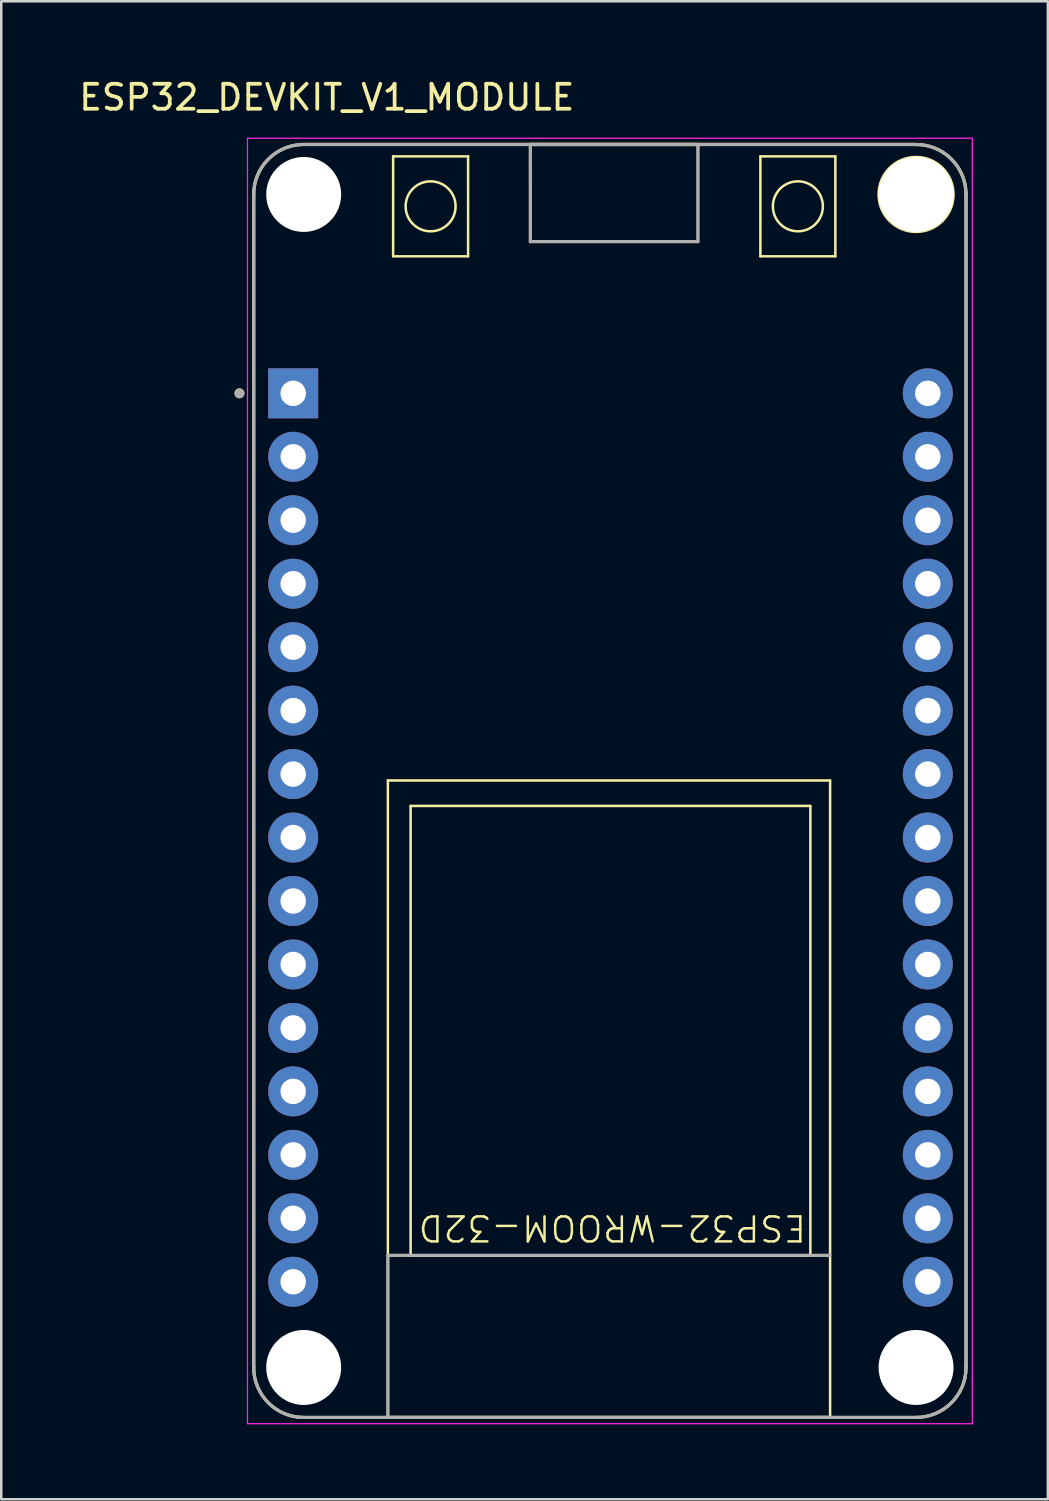
<source format=kicad_pcb>
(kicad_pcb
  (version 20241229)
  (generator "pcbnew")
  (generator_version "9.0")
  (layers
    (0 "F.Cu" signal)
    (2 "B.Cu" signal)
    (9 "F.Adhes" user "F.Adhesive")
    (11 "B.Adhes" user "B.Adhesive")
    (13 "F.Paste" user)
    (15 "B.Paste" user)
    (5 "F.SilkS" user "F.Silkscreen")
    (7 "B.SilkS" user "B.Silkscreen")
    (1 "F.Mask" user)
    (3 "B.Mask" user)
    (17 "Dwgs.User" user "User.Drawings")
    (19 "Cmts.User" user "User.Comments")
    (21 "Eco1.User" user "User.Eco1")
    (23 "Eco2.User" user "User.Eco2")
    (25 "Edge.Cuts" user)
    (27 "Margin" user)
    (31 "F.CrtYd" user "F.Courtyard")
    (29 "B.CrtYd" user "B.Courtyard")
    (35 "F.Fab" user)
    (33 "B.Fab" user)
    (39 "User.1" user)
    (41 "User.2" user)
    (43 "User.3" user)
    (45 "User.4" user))
  (footprint "ESP32_DEVKIT_V1_MODULE"
    (layer "F.Cu")
    (at 21.385 28.208)
    (property "Reference" "ESP32_DEVKIT_V1_MODULE" (at -11.355 -27.36 0) (layer "F.SilkS") (effects (font (size 1 1) (thickness 0.15))))
    (attr through_hole)
    (fp_line (start -14.28 23.465) (end -14.28 -23.43) (stroke (width 0.127) (type solid)) (layer "F.SilkS"))
    (fp_line (start -12.325 -25.475) (end 12.2 -25.475) (stroke (width 0.127) (type solid)) (layer "F.SilkS"))
    (fp_line (start -8.91 -0.02) (end 8.79 -0.02) (stroke (width 0.1) (type solid)) (layer "F.SilkS"))
    (fp_line (start -8.91 18.99) (end 8.79 18.99) (stroke (width 0.1) (type default)) (layer "F.SilkS"))
    (fp_line (start -8.91 25.475) (end -8.91 -0.02) (stroke (width 0.1) (type default)) (layer "F.SilkS"))
    (fp_line (start -8.91 25.475) (end 8.78 25.475) (stroke (width 0.127) (type solid)) (layer "F.SilkS"))
    (fp_line (start -8.7 -25) (end -8.7 -21) (stroke (width 0.1) (type default)) (layer "F.SilkS"))
    (fp_line (start -8.7 -21) (end -5.7 -21) (stroke (width 0.1) (type default)) (layer "F.SilkS"))
    (fp_line (start -8 1) (end 8 1) (stroke (width 0.1) (type default)) (layer "F.SilkS"))
    (fp_line (start -8 19) (end -8 1) (stroke (width 0.1) (type default)) (layer "F.SilkS"))
    (fp_line (start -5.7 -25) (end -8.7 -25) (stroke (width 0.1) (type default)) (layer "F.SilkS"))
    (fp_line (start -5.7 -21) (end -5.7 -25) (stroke (width 0.1) (type default)) (layer "F.SilkS"))
    (fp_line (start -3.211 -25.475) (end -3.2 -21.6) (stroke (width 0.1) (type default)) (layer "F.SilkS"))
    (fp_line (start -3.211 -25.475) (end 3.5 -25.475) (stroke (width 0.127) (type solid)) (layer "F.SilkS"))
    (fp_line (start -3.2 -21.6) (end 3.5 -21.6) (stroke (width 0.1) (type default)) (layer "F.SilkS"))
    (fp_line (start 3.5 -21.6) (end 3.5 -25.475) (stroke (width 0.1) (type default)) (layer "F.SilkS"))
    (fp_line (start 6 -25) (end 9 -25) (stroke (width 0.1) (type default)) (layer "F.SilkS"))
    (fp_line (start 6 -21) (end 6 -25) (stroke (width 0.1) (type default)) (layer "F.SilkS"))
    (fp_line (start 8 1) (end 8 19) (stroke (width 0.1) (type default)) (layer "F.SilkS"))
    (fp_line (start 8 19) (end -8 19) (stroke (width 0.1) (type default)) (layer "F.SilkS"))
    (fp_line (start 8.79 25.475) (end 8.79 -0.02) (stroke (width 0.1) (type solid)) (layer "F.SilkS"))
    (fp_line (start 9 -25) (end 9 -21) (stroke (width 0.1) (type default)) (layer "F.SilkS"))
    (fp_line (start 9 -21) (end 6 -21) (stroke (width 0.1) (type default)) (layer "F.SilkS"))
    (fp_line (start 12.22 25.475) (end -12.29 25.475) (stroke (width 0.127) (type solid)) (layer "F.SilkS"))
    (fp_line (start 14.23 -23.505) (end 14.23 23.485) (stroke (width 0.127) (type solid)) (layer "F.SilkS"))
    (fp_arc (start -14.28 -23.430185) (mid -13.725903 -24.857525) (end -12.324815 -25.475) (stroke (width 0.127) (type solid)) (layer "F.SilkS"))
    (fp_arc (start -12.29 25.475001) (mid -13.701285 24.882143) (end -14.280001 23.465) (stroke (width 0.127) (type solid)) (layer "F.SilkS"))
    (fp_arc (start 12.200372 -25.474937) (mid 13.623219 -24.910119) (end 14.229937 -23.504628) (stroke (width 0.127) (type solid)) (layer "F.SilkS"))
    (fp_arc (start 14.23 23.485001) (mid 13.637142 24.896285) (end 12.219999 25.475) (stroke (width 0.127) (type solid)) (layer "F.SilkS"))
    (fp_circle (center -14.85 -15.515) (end -14.75 -15.515) (stroke (width 0.2) (type solid)) (fill no) (layer "F.SilkS"))
    (fp_circle (center -7.2 -23) (end -6.2 -23) (stroke (width 0.1) (type default)) (fill no) (layer "F.SilkS"))
    (fp_circle (center 7.5 -23) (end 8.5 -23) (stroke (width 0.1) (type default)) (fill no) (layer "F.SilkS"))
    (fp_circle (center 12.23 -23.475) (end 13.73 -23.475) (stroke (width 0.1) (type solid)) (fill no) (layer "F.SilkS"))
    (fp_line (start -14.53 -25.725) (end -14.53 25.725) (stroke (width 0.05) (type solid)) (layer "F.CrtYd"))
    (fp_line (start -14.53 25.725) (end 14.48 25.725) (stroke (width 0.05) (type solid)) (layer "F.CrtYd"))
    (fp_line (start 14.48 -25.725) (end -14.53 -25.725) (stroke (width 0.05) (type solid)) (layer "F.CrtYd"))
    (fp_line (start 14.48 25.725) (end 14.48 -25.725) (stroke (width 0.05) (type solid)) (layer "F.CrtYd"))
    (fp_line (start -14.28 -23.423) (end -14.28 23.465) (stroke (width 0.127) (type solid)) (layer "F.Fab"))
    (fp_line (start -12.29 25.475) (end 12.22 25.475) (stroke (width 0.127) (type solid)) (layer "F.Fab"))
    (fp_line (start -8.91 18.985) (end 8.78 18.985) (stroke (width 0.127) (type solid)) (layer "F.Fab"))
    (fp_line (start -8.91 25.475) (end -8.91 18.985) (stroke (width 0.127) (type solid)) (layer "F.Fab"))
    (fp_line (start -8.91 25.475) (end 8.78 25.475) (stroke (width 0.127) (type solid)) (layer "F.Fab"))
    (fp_line (start -3.211 -25.475) (end 3.5 -25.475) (stroke (width 0.127) (type solid)) (layer "F.Fab"))
    (fp_line (start -3.211 -21.585) (end -3.211 -25.475) (stroke (width 0.127) (type solid)) (layer "F.Fab"))
    (fp_line (start 3.5 -25.475) (end 3.5 -21.585) (stroke (width 0.127) (type solid)) (layer "F.Fab"))
    (fp_line (start 3.5 -21.585) (end -3.211 -21.585) (stroke (width 0.127) (type solid)) (layer "F.Fab"))
    (fp_line (start 12.208 -25.475) (end -12.332 -25.475) (stroke (width 0.127) (type solid)) (layer "F.Fab"))
    (fp_line (start 14.23 23.485) (end 14.23 -23.496) (stroke (width 0.127) (type solid)) (layer "F.Fab"))
    (fp_arc (start -14.279718 -23.422667) (mid -13.731019 -24.852009) (end -12.332333 -25.474718) (stroke (width 0.127) (type solid)) (layer "F.Fab"))
    (fp_arc (start -12.29 25.475) (mid -13.701285 24.882142) (end -14.28 23.465) (stroke (width 0.127) (type solid)) (layer "F.Fab"))
    (fp_arc (start 12.208091 -25.474994) (mid 13.628918 -24.904505) (end 14.23 -23.496347) (stroke (width 0.127) (type solid)) (layer "F.Fab"))
    (fp_arc (start 14.23 23.485) (mid 13.637142 24.896285) (end 12.22 25.475) (stroke (width 0.127) (type solid)) (layer "F.Fab"))
    (fp_circle (center -14.85 -15.515) (end -14.75 -15.515) (stroke (width 0.2) (type solid)) (fill no) (layer "F.Fab"))
    (fp_text user "ESP32-WROOM-32D" (at 7.9 17.3 180) (unlocked yes) (layer "F.SilkS") (effects (font (size 1 1) (thickness 0.1)) (justify left bottom)))
    (pad "" np_thru_hole circle (at -12.28 -23.475) (size 3 3) (drill 3) (layers "*.Cu" "*.Mask"))
    (pad "" np_thru_hole circle (at -12.28 23.475) (size 3 3) (drill 3) (layers "*.Cu" "*.Mask"))
    (pad "" np_thru_hole circle (at 12.23 -23.475) (size 3 3) (drill 3) (layers "*.Cu" "*.Mask"))
    (pad "" np_thru_hole circle (at 12.23 23.475) (size 3 3) (drill 3) (layers "*.Cu" "*.Mask"))
    (pad "1" thru_hole rect (at -12.7 -15.515) (size 2 2) (drill 1.02) (layers "*.Cu" "*.Mask"))
    (pad "2" thru_hole circle (at -12.7 -12.975) (size 2 2) (drill 1.02) (layers "*.Cu" "*.Mask"))
    (pad "3" thru_hole circle (at -12.7 -10.435) (size 2 2) (drill 1.02) (layers "*.Cu" "*.Mask"))
    (pad "4" thru_hole circle (at -12.7 -7.895) (size 2 2) (drill 1.02) (layers "*.Cu" "*.Mask"))
    (pad "5" thru_hole circle (at -12.7 -5.355) (size 2 2) (drill 1.02) (layers "*.Cu" "*.Mask"))
    (pad "6" thru_hole circle (at -12.7 -2.815) (size 2 2) (drill 1.02) (layers "*.Cu" "*.Mask"))
    (pad "7" thru_hole circle (at -12.7 -0.275) (size 2 2) (drill 1.02) (layers "*.Cu" "*.Mask"))
    (pad "8" thru_hole circle (at -12.7 2.265) (size 2 2) (drill 1.02) (layers "*.Cu" "*.Mask"))
    (pad "9" thru_hole circle (at -12.7 4.805) (size 2 2) (drill 1.02) (layers "*.Cu" "*.Mask"))
    (pad "10" thru_hole circle (at -12.7 7.345) (size 2 2) (drill 1.02) (layers "*.Cu" "*.Mask"))
    (pad "11" thru_hole circle (at -12.7 9.885) (size 2 2) (drill 1.02) (layers "*.Cu" "*.Mask"))
    (pad "12" thru_hole circle (at -12.7 12.425) (size 2 2) (drill 1.02) (layers "*.Cu" "*.Mask"))
    (pad "13" thru_hole circle (at -12.7 14.965) (size 2 2) (drill 1.02) (layers "*.Cu" "*.Mask"))
    (pad "14" thru_hole circle (at -12.7 17.505) (size 2 2) (drill 1.02) (layers "*.Cu" "*.Mask"))
    (pad "15" thru_hole circle (at -12.7 20.045) (size 2 2) (drill 1.02) (layers "*.Cu" "*.Mask"))
    (pad "16" thru_hole circle (at 12.7 20.045) (size 2 2) (drill 1.02) (layers "*.Cu" "*.Mask"))
    (pad "17" thru_hole circle (at 12.7 17.505) (size 2 2) (drill 1.02) (layers "*.Cu" "*.Mask"))
    (pad "18" thru_hole circle (at 12.7 14.965) (size 2 2) (drill 1.02) (layers "*.Cu" "*.Mask"))
    (pad "19" thru_hole circle (at 12.7 12.425) (size 2 2) (drill 1.02) (layers "*.Cu" "*.Mask"))
    (pad "20" thru_hole circle (at 12.7 9.885) (size 2 2) (drill 1.02) (layers "*.Cu" "*.Mask"))
    (pad "21" thru_hole circle (at 12.7 7.345) (size 2 2) (drill 1.02) (layers "*.Cu" "*.Mask"))
    (pad "22" thru_hole circle (at 12.7 4.805) (size 2 2) (drill 1.02) (layers "*.Cu" "*.Mask"))
    (pad "23" thru_hole circle (at 12.7 2.265) (size 2 2) (drill 1.02) (layers "*.Cu" "*.Mask"))
    (pad "24" thru_hole circle (at 12.7 -0.275) (size 2 2) (drill 1.02) (layers "*.Cu" "*.Mask"))
    (pad "25" thru_hole circle (at 12.7 -2.815) (size 2 2) (drill 1.02) (layers "*.Cu" "*.Mask"))
    (pad "26" thru_hole circle (at 12.7 -5.355) (size 2 2) (drill 1.02) (layers "*.Cu" "*.Mask"))
    (pad "27" thru_hole circle (at 12.7 -7.895) (size 2 2) (drill 1.02) (layers "*.Cu" "*.Mask"))
    (pad "28" thru_hole circle (at 12.7 -10.435) (size 2 2) (drill 1.02) (layers "*.Cu" "*.Mask"))
    (pad "29" thru_hole circle (at 12.7 -12.975) (size 2 2) (drill 1.02) (layers "*.Cu" "*.Mask"))
    (pad "30" thru_hole circle (at 12.7 -15.515) (size 2 2) (drill 1.02) (layers "*.Cu" "*.Mask"))
    (zone (net_name "") (layer "F.Cu") (hatch full 0.508) (connect_pads) (min_thickness 0.01) (filled_areas_thickness no) (keepout (tracks not_allowed) (vias not_allowed) (pads not_allowed) (copperpour not_allowed) (footprints allowed)) (placement (enabled no)) (fill) (polygon (pts (xy 12.475 47.193) (xy 30.165 47.193) (xy 30.165 53.683) (xy 12.475 53.683))))
    (zone (net_name "") (layers "F.Cu" "B.Cu") (hatch full 0.508) (connect_pads) (min_thickness 0.01) (filled_areas_thickness no) (keepout (tracks allowed) (vias not_allowed) (pads allowed) (copperpour allowed) (footprints allowed)) (placement (enabled no)) (fill) (polygon (pts (xy 12.475 47.193) (xy 30.165 47.193) (xy 30.165 53.683) (xy 12.475 53.683))))
    (zone (net_name "") (layer "B.Cu") (hatch full 0.508) (connect_pads) (min_thickness 0.01) (filled_areas_thickness no) (keepout (tracks not_allowed) (vias not_allowed) (pads not_allowed) (copperpour not_allowed) (footprints allowed)) (placement (enabled no)) (fill) (polygon (pts (xy 12.475 47.193) (xy 30.165 47.193) (xy 30.165 53.683) (xy 12.475 53.683)))))
  (gr_rect
    (start -3 -3)
    (end 38.89 56.958)
    (stroke (width 0.1) (type default))
    (fill no)
    (layer "Edge.Cuts")))
</source>
